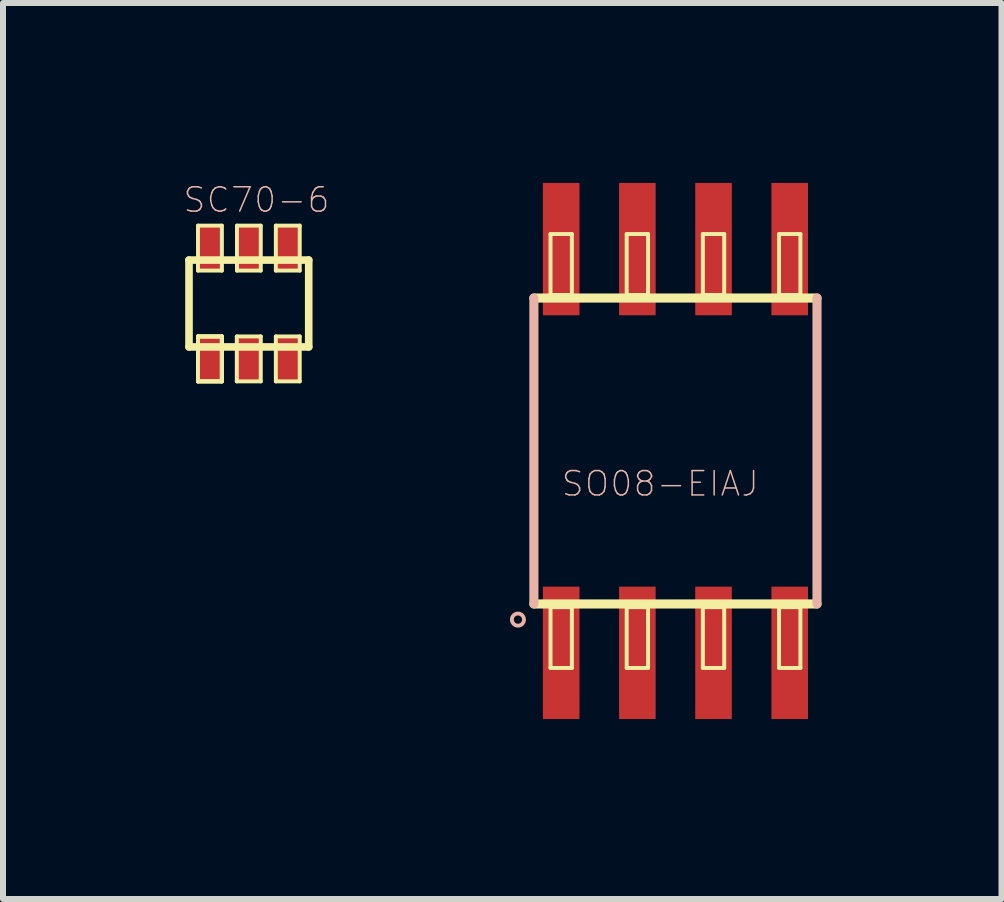
<source format=kicad_pcb>
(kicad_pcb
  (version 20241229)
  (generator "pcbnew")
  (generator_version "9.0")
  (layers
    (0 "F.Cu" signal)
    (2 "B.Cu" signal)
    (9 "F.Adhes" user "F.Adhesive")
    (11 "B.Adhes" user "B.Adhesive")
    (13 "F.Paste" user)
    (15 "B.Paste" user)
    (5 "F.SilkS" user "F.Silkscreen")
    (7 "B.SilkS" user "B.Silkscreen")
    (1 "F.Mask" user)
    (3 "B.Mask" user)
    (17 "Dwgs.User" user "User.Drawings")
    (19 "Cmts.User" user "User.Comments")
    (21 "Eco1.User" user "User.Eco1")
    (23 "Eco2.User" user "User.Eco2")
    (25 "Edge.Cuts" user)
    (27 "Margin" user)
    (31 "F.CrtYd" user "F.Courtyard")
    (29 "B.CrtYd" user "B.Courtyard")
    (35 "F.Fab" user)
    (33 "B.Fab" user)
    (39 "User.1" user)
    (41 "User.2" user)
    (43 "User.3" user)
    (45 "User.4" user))
  (footprint "SC70-6"
    (layer "F.Cu")
    (at 1.099 2.01)
    (property "Reference" "SC70-6" (at 0.127 -1.727 0) (layer "B.SilkS") (effects (font (size 0.406 0.406) (thickness 0.025))))
    (attr smd)
    (fp_line (start -0.998 -0.724) (end 0.998 -0.724) (stroke (width 0.127) (type solid)) (layer "F.SilkS"))
    (fp_line (start -0.998 0.724) (end -0.998 -0.724) (stroke (width 0.127) (type solid)) (layer "F.SilkS"))
    (fp_line (start -0.998 0.724) (end 0.998 0.724) (stroke (width 0.127) (type solid)) (layer "F.SilkS"))
    (fp_line (start -0.848 -1.298) (end -0.45 -1.298) (stroke (width 0.066) (type solid)) (layer "F.SilkS"))
    (fp_line (start -0.848 -0.549) (end -0.848 -1.298) (stroke (width 0.066) (type solid)) (layer "F.SilkS"))
    (fp_line (start -0.848 -0.549) (end -0.45 -0.549) (stroke (width 0.066) (type solid)) (layer "F.SilkS"))
    (fp_line (start -0.848 0.549) (end -0.45 0.549) (stroke (width 0.066) (type solid)) (layer "F.SilkS"))
    (fp_line (start -0.848 0.549) (end -0.45 0.549) (stroke (width 0.066) (type solid)) (layer "F.SilkS"))
    (fp_line (start -0.848 0.549) (end -0.45 0.549) (stroke (width 0.066) (type solid)) (layer "F.SilkS"))
    (fp_line (start -0.848 1.298) (end -0.848 0.549) (stroke (width 0.066) (type solid)) (layer "F.SilkS"))
    (fp_line (start -0.848 1.298) (end -0.848 0.549) (stroke (width 0.066) (type solid)) (layer "F.SilkS"))
    (fp_line (start -0.848 1.298) (end -0.848 0.549) (stroke (width 0.066) (type solid)) (layer "F.SilkS"))
    (fp_line (start -0.848 1.298) (end -0.45 1.298) (stroke (width 0.066) (type solid)) (layer "F.SilkS"))
    (fp_line (start -0.848 1.298) (end -0.45 1.298) (stroke (width 0.066) (type solid)) (layer "F.SilkS"))
    (fp_line (start -0.848 1.298) (end -0.45 1.298) (stroke (width 0.066) (type solid)) (layer "F.SilkS"))
    (fp_line (start -0.45 -0.549) (end -0.45 -1.298) (stroke (width 0.066) (type solid)) (layer "F.SilkS"))
    (fp_line (start -0.45 1.298) (end -0.45 0.549) (stroke (width 0.066) (type solid)) (layer "F.SilkS"))
    (fp_line (start -0.45 1.298) (end -0.45 0.549) (stroke (width 0.066) (type solid)) (layer "F.SilkS"))
    (fp_line (start -0.45 1.298) (end -0.45 0.549) (stroke (width 0.066) (type solid)) (layer "F.SilkS"))
    (fp_line (start -0.201 0.549) (end 0.198 0.549) (stroke (width 0.066) (type solid)) (layer "F.SilkS"))
    (fp_line (start -0.201 1.298) (end -0.201 0.549) (stroke (width 0.066) (type solid)) (layer "F.SilkS"))
    (fp_line (start -0.201 1.298) (end 0.198 1.298) (stroke (width 0.066) (type solid)) (layer "F.SilkS"))
    (fp_line (start -0.198 -1.298) (end 0.198 -1.298) (stroke (width 0.066) (type solid)) (layer "F.SilkS"))
    (fp_line (start -0.198 -0.549) (end -0.198 -1.298) (stroke (width 0.066) (type solid)) (layer "F.SilkS"))
    (fp_line (start -0.198 -0.549) (end 0.198 -0.549) (stroke (width 0.066) (type solid)) (layer "F.SilkS"))
    (fp_line (start 0.198 -0.549) (end 0.198 -1.298) (stroke (width 0.066) (type solid)) (layer "F.SilkS"))
    (fp_line (start 0.198 1.298) (end 0.198 0.549) (stroke (width 0.066) (type solid)) (layer "F.SilkS"))
    (fp_line (start 0.45 -1.298) (end 0.848 -1.298) (stroke (width 0.066) (type solid)) (layer "F.SilkS"))
    (fp_line (start 0.45 -0.549) (end 0.45 -1.298) (stroke (width 0.066) (type solid)) (layer "F.SilkS"))
    (fp_line (start 0.45 -0.549) (end 0.848 -0.549) (stroke (width 0.066) (type solid)) (layer "F.SilkS"))
    (fp_line (start 0.45 0.549) (end 0.848 0.549) (stroke (width 0.066) (type solid)) (layer "F.SilkS"))
    (fp_line (start 0.45 1.298) (end 0.45 0.549) (stroke (width 0.066) (type solid)) (layer "F.SilkS"))
    (fp_line (start 0.45 1.298) (end 0.848 1.298) (stroke (width 0.066) (type solid)) (layer "F.SilkS"))
    (fp_line (start 0.848 -0.549) (end 0.848 -1.298) (stroke (width 0.066) (type solid)) (layer "F.SilkS"))
    (fp_line (start 0.848 1.298) (end 0.848 0.549) (stroke (width 0.066) (type solid)) (layer "F.SilkS"))
    (fp_line (start 0.998 -0.724) (end 0.998 0.724) (stroke (width 0.127) (type solid)) (layer "F.SilkS"))
    (pad "1" smd rect (at -0.648 0.925) (size 0.399 0.749) (layers "F.Cu" "F.Mask" "F.Paste"))
    (pad "2" smd rect (at 0 0.925) (size 0.399 0.749) (layers "F.Cu" "F.Mask" "F.Paste"))
    (pad "3" smd rect (at 0.648 0.925) (size 0.399 0.749) (layers "F.Cu" "F.Mask" "F.Paste"))
    (pad "4" smd rect (at 0.648 -0.925) (size 0.399 0.749) (layers "F.Cu" "F.Mask" "F.Paste"))
    (pad "5" smd rect (at 0 -0.925) (size 0.399 0.749) (layers "F.Cu" "F.Mask" "F.Paste"))
    (pad "6" smd rect (at -0.648 -0.925) (size 0.399 0.749) (layers "F.Cu" "F.Mask" "F.Paste")))
  (footprint "SO08-EIAJ"
    (layer "F.Cu")
    (at 8.211 4.456)
    (property "Reference" "SO08-EIAJ" (at -0.254 0.559 0) (layer "B.SilkS") (effects (font (size 0.406 0.406) (thickness 0.025))))
    (attr smd)
    (fp_line (start -2.36 2.563) (end 2.36 2.563) (stroke (width 0.152) (type solid)) (layer "F.SilkS"))
    (fp_line (start -2.083 -3.604) (end -1.727 -3.604) (stroke (width 0.066) (type solid)) (layer "F.SilkS"))
    (fp_line (start -2.083 -2.588) (end -2.083 -3.604) (stroke (width 0.066) (type solid)) (layer "F.SilkS"))
    (fp_line (start -2.083 -2.588) (end -1.727 -2.588) (stroke (width 0.066) (type solid)) (layer "F.SilkS"))
    (fp_line (start -2.083 2.616) (end -1.727 2.616) (stroke (width 0.066) (type solid)) (layer "F.SilkS"))
    (fp_line (start -2.083 3.63) (end -2.083 2.616) (stroke (width 0.066) (type solid)) (layer "F.SilkS"))
    (fp_line (start -2.083 3.63) (end -1.727 3.63) (stroke (width 0.066) (type solid)) (layer "F.SilkS"))
    (fp_line (start -1.727 -2.588) (end -1.727 -3.604) (stroke (width 0.066) (type solid)) (layer "F.SilkS"))
    (fp_line (start -1.727 3.63) (end -1.727 2.616) (stroke (width 0.066) (type solid)) (layer "F.SilkS"))
    (fp_line (start -0.813 -3.604) (end -0.457 -3.604) (stroke (width 0.066) (type solid)) (layer "F.SilkS"))
    (fp_line (start -0.813 -2.588) (end -0.813 -3.604) (stroke (width 0.066) (type solid)) (layer "F.SilkS"))
    (fp_line (start -0.813 -2.588) (end -0.457 -2.588) (stroke (width 0.066) (type solid)) (layer "F.SilkS"))
    (fp_line (start -0.813 2.616) (end -0.457 2.616) (stroke (width 0.066) (type solid)) (layer "F.SilkS"))
    (fp_line (start -0.813 3.63) (end -0.813 2.616) (stroke (width 0.066) (type solid)) (layer "F.SilkS"))
    (fp_line (start -0.813 3.63) (end -0.457 3.63) (stroke (width 0.066) (type solid)) (layer "F.SilkS"))
    (fp_line (start -0.457 -2.588) (end -0.457 -3.604) (stroke (width 0.066) (type solid)) (layer "F.SilkS"))
    (fp_line (start -0.457 3.63) (end -0.457 2.616) (stroke (width 0.066) (type solid)) (layer "F.SilkS"))
    (fp_line (start 0.457 -3.604) (end 0.813 -3.604) (stroke (width 0.066) (type solid)) (layer "F.SilkS"))
    (fp_line (start 0.457 -2.588) (end 0.457 -3.604) (stroke (width 0.066) (type solid)) (layer "F.SilkS"))
    (fp_line (start 0.457 -2.588) (end 0.813 -2.588) (stroke (width 0.066) (type solid)) (layer "F.SilkS"))
    (fp_line (start 0.457 2.616) (end 0.813 2.616) (stroke (width 0.066) (type solid)) (layer "F.SilkS"))
    (fp_line (start 0.457 3.63) (end 0.457 2.616) (stroke (width 0.066) (type solid)) (layer "F.SilkS"))
    (fp_line (start 0.457 3.63) (end 0.813 3.63) (stroke (width 0.066) (type solid)) (layer "F.SilkS"))
    (fp_line (start 0.813 -2.588) (end 0.813 -3.604) (stroke (width 0.066) (type solid)) (layer "F.SilkS"))
    (fp_line (start 0.813 3.63) (end 0.813 2.616) (stroke (width 0.066) (type solid)) (layer "F.SilkS"))
    (fp_line (start 1.727 -3.604) (end 2.083 -3.604) (stroke (width 0.066) (type solid)) (layer "F.SilkS"))
    (fp_line (start 1.727 -2.588) (end 1.727 -3.604) (stroke (width 0.066) (type solid)) (layer "F.SilkS"))
    (fp_line (start 1.727 -2.588) (end 2.083 -2.588) (stroke (width 0.066) (type solid)) (layer "F.SilkS"))
    (fp_line (start 1.727 2.616) (end 2.083 2.616) (stroke (width 0.066) (type solid)) (layer "F.SilkS"))
    (fp_line (start 1.727 3.63) (end 1.727 2.616) (stroke (width 0.066) (type solid)) (layer "F.SilkS"))
    (fp_line (start 1.727 3.63) (end 2.083 3.63) (stroke (width 0.066) (type solid)) (layer "F.SilkS"))
    (fp_line (start 2.083 -2.588) (end 2.083 -3.604) (stroke (width 0.066) (type solid)) (layer "F.SilkS"))
    (fp_line (start 2.083 3.63) (end 2.083 2.616) (stroke (width 0.066) (type solid)) (layer "F.SilkS"))
    (fp_line (start 2.36 -2.537) (end -2.36 -2.537) (stroke (width 0.152) (type solid)) (layer "F.SilkS"))
    (fp_line (start -2.36 -2.537) (end -2.36 2.563) (stroke (width 0.152) (type solid)) (layer "B.SilkS"))
    (fp_line (start 2.36 2.563) (end 2.36 -2.537) (stroke (width 0.152) (type solid)) (layer "B.SilkS"))
    (fp_circle (center -2.626 2.824) (end -2.697 2.896) (stroke (width 0.064) (type solid)) (fill no) (layer "B.SilkS"))
    (pad "1" smd rect (at -1.905 3.378) (size 0.61 2.207) (layers "F.Cu" "F.Mask" "F.Paste"))
    (pad "2" smd rect (at -0.635 3.378) (size 0.61 2.207) (layers "F.Cu" "F.Mask" "F.Paste"))
    (pad "3" smd rect (at 0.635 3.378) (size 0.61 2.207) (layers "F.Cu" "F.Mask" "F.Paste"))
    (pad "4" smd rect (at 1.905 3.378) (size 0.61 2.207) (layers "F.Cu" "F.Mask" "F.Paste"))
    (pad "5" smd rect (at 1.905 -3.353) (size 0.61 2.207) (layers "F.Cu" "F.Mask" "F.Paste"))
    (pad "6" smd rect (at 0.635 -3.353) (size 0.61 2.207) (layers "F.Cu" "F.Mask" "F.Paste"))
    (pad "7" smd rect (at -0.635 -3.353) (size 0.61 2.207) (layers "F.Cu" "F.Mask" "F.Paste"))
    (pad "8" smd rect (at -1.905 -3.353) (size 0.61 2.207) (layers "F.Cu" "F.Mask" "F.Paste")))
  (gr_rect
    (start -3 -3)
    (end 13.647 11.938)
    (stroke (width 0.1) (type default))
    (fill no)
    (layer "Edge.Cuts")))
</source>
